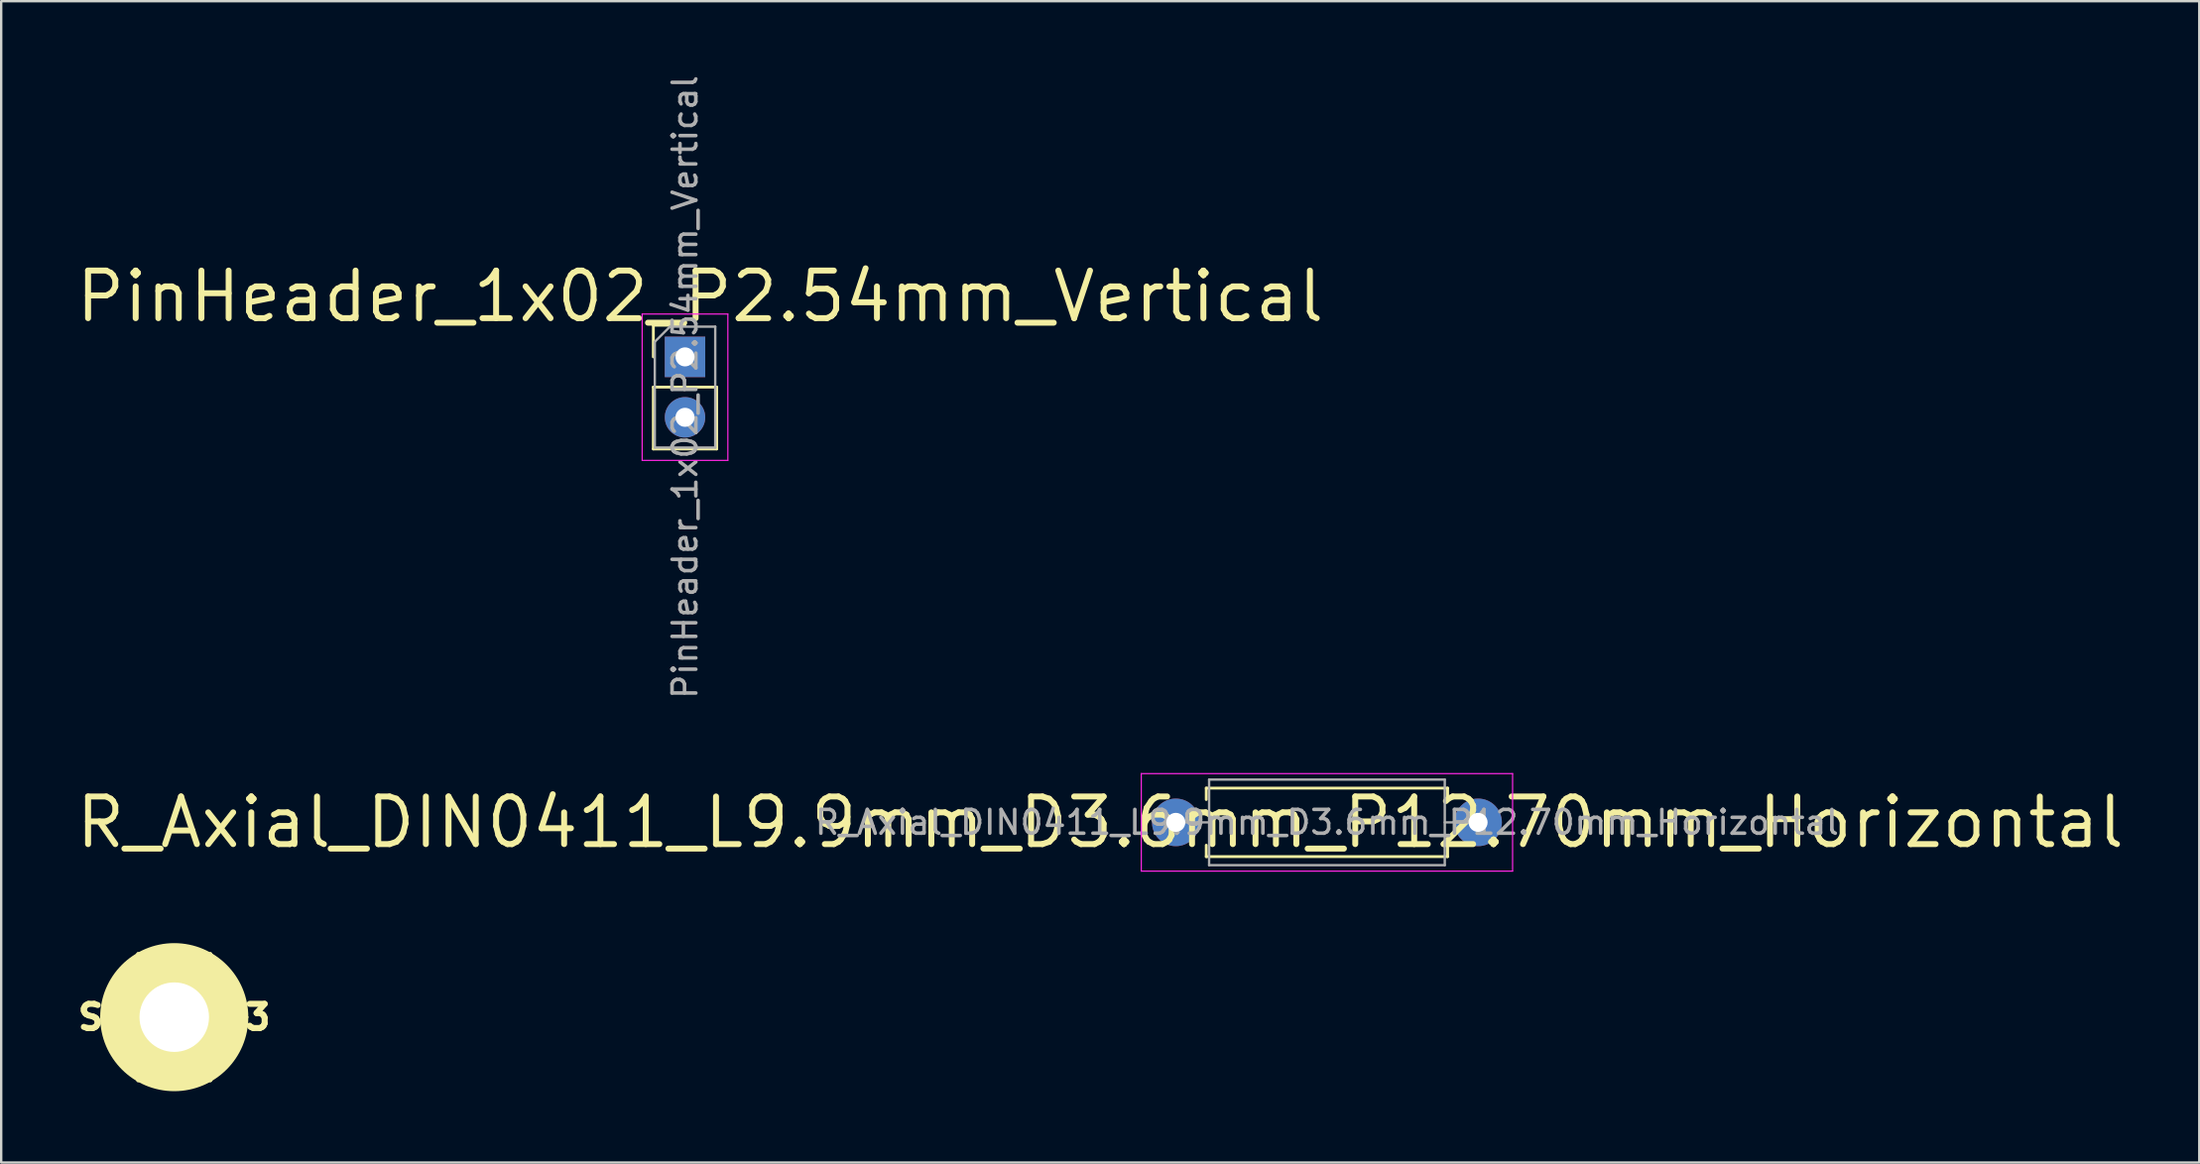
<source format=kicad_pcb>
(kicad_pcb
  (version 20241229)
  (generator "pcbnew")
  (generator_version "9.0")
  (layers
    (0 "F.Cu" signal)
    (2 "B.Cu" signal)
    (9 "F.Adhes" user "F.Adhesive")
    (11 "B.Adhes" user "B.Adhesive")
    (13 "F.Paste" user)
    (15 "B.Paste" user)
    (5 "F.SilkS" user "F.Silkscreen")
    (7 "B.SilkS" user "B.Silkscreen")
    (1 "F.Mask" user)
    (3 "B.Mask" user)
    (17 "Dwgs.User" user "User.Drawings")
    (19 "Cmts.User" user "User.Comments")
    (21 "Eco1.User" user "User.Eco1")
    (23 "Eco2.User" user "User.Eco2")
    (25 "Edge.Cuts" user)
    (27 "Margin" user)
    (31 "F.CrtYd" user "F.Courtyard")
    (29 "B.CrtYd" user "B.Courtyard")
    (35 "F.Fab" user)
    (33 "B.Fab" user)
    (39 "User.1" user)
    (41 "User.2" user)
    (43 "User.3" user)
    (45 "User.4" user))
  (footprint "SCREW_M3"
    (layer "F.Cu")
    (at 4.271 39.702)
    (property "Reference" "SCREW_M3" (at 0 0 0) (layer "F.SilkS") (effects (font (size 1.016 1.016) (thickness 0.254))))
    (attr through_hole)
    (fp_line (start -3.048 0) (end -1.524 2.667) (stroke (width 0.127) (type solid)) (layer "F.SilkS"))
    (fp_line (start -1.524 -2.667) (end -3.048 0) (stroke (width 0.127) (type solid)) (layer "F.SilkS"))
    (fp_line (start -1.524 2.667) (end 1.524 2.667) (stroke (width 0.127) (type solid)) (layer "F.SilkS"))
    (fp_line (start 1.524 -2.667) (end -1.524 -2.667) (stroke (width 0.127) (type solid)) (layer "F.SilkS"))
    (fp_line (start 1.524 2.667) (end 3.048 0) (stroke (width 0.127) (type solid)) (layer "F.SilkS"))
    (fp_line (start 3.048 0) (end 1.524 -2.667) (stroke (width 0.127) (type solid)) (layer "F.SilkS"))
    (fp_circle (center 0 0) (end 1.524 0) (stroke (width 0.127) (type solid)) (fill no) (layer "F.SilkS"))
    (fp_circle (center 0 0) (end 2.159 -1.397) (stroke (width 0.127) (type solid)) (fill no) (layer "F.SilkS"))
    (fp_circle (center 0 0) (end 3.048 0) (stroke (width 0.127) (type solid)) (fill no) (layer "F.SilkS"))
    (pad "" thru_hole circle (at 0 0) (size 6.096 6.096) (drill 2.921) (layers "*.Cu" "F.SilkS")))
  (footprint "PinHeader_1x02_P2.54mm_Vertical"
    (layer "F.Cu")
    (at 25.73 11.95)
    (property "Reference" "PinHeader_1x02_P2.54mm_Vertical" (at 0.635 -2.54 0) (layer "F.SilkS") (effects (font (size 2 2) (thickness 0.25))))
    (attr through_hole)
    (fp_line (start -1.33 -1.33) (end 0 -1.33) (stroke (width 0.12) (type solid)) (layer "F.SilkS"))
    (fp_line (start -1.33 0) (end -1.33 -1.33) (stroke (width 0.12) (type solid)) (layer "F.SilkS"))
    (fp_line (start -1.33 1.27) (end -1.33 3.87) (stroke (width 0.12) (type solid)) (layer "F.SilkS"))
    (fp_line (start -1.33 1.27) (end 1.33 1.27) (stroke (width 0.12) (type solid)) (layer "F.SilkS"))
    (fp_line (start -1.33 3.87) (end 1.33 3.87) (stroke (width 0.12) (type solid)) (layer "F.SilkS"))
    (fp_line (start 1.33 1.27) (end 1.33 3.87) (stroke (width 0.12) (type solid)) (layer "F.SilkS"))
    (fp_line (start -1.8 -1.8) (end -1.8 4.35) (stroke (width 0.05) (type solid)) (layer "F.CrtYd"))
    (fp_line (start -1.8 4.35) (end 1.8 4.35) (stroke (width 0.05) (type solid)) (layer "F.CrtYd"))
    (fp_line (start 1.8 -1.8) (end -1.8 -1.8) (stroke (width 0.05) (type solid)) (layer "F.CrtYd"))
    (fp_line (start 1.8 4.35) (end 1.8 -1.8) (stroke (width 0.05) (type solid)) (layer "F.CrtYd"))
    (fp_line (start -1.27 -0.635) (end -0.635 -1.27) (stroke (width 0.1) (type solid)) (layer "F.Fab"))
    (fp_line (start -1.27 3.81) (end -1.27 -0.635) (stroke (width 0.1) (type solid)) (layer "F.Fab"))
    (fp_line (start -0.635 -1.27) (end 1.27 -1.27) (stroke (width 0.1) (type solid)) (layer "F.Fab"))
    (fp_line (start 1.27 -1.27) (end 1.27 3.81) (stroke (width 0.1) (type solid)) (layer "F.Fab"))
    (fp_line (start 1.27 3.81) (end -1.27 3.81) (stroke (width 0.1) (type solid)) (layer "F.Fab"))
    (fp_text user "${REFERENCE}" (at 0 1.27 90) (layer "F.Fab") (effects (font (size 1 1) (thickness 0.15))))
    (pad "1" thru_hole rect (at 0 0) (size 1.7 1.7) (drill 0.8) (layers "*.Cu" "*.Mask"))
    (pad "2" thru_hole oval (at 0 2.54) (size 1.7 1.7) (drill 0.8) (layers "*.Cu" "*.Mask")))
  (footprint "R_Axial_DIN0411_L9.9mm_D3.6mm_P12.70mm_Horizontal"
    (layer "F.Cu")
    (at 46.35 31.515)
    (property "Reference" "R_Axial_DIN0411_L9.9mm_D3.6mm_P12.70mm_Horizontal" (at -3.175 0 0) (layer "F.SilkS") (effects (font (size 2 2) (thickness 0.25))))
    (attr through_hole)
    (fp_line (start 1.28 -1.44) (end 11.42 -1.44) (stroke (width 0.12) (type solid)) (layer "F.SilkS"))
    (fp_line (start 1.28 -0.96) (end 1.28 -1.44) (stroke (width 0.12) (type solid)) (layer "F.SilkS"))
    (fp_line (start 1.28 0.96) (end 1.28 1.44) (stroke (width 0.12) (type solid)) (layer "F.SilkS"))
    (fp_line (start 1.28 1.44) (end 11.42 1.44) (stroke (width 0.12) (type solid)) (layer "F.SilkS"))
    (fp_line (start 11.42 -1.44) (end 11.42 -0.96) (stroke (width 0.12) (type solid)) (layer "F.SilkS"))
    (fp_line (start 11.42 1.44) (end 11.42 0.96) (stroke (width 0.12) (type solid)) (layer "F.SilkS"))
    (fp_line (start -1.45 -2.05) (end -1.45 2.05) (stroke (width 0.05) (type solid)) (layer "F.CrtYd"))
    (fp_line (start -1.45 2.05) (end 14.15 2.05) (stroke (width 0.05) (type solid)) (layer "F.CrtYd"))
    (fp_line (start 14.15 -2.05) (end -1.45 -2.05) (stroke (width 0.05) (type solid)) (layer "F.CrtYd"))
    (fp_line (start 14.15 2.05) (end 14.15 -2.05) (stroke (width 0.05) (type solid)) (layer "F.CrtYd"))
    (fp_line (start 0 0) (end 1.4 0) (stroke (width 0.1) (type solid)) (layer "F.Fab"))
    (fp_line (start 1.4 -1.8) (end 1.4 1.8) (stroke (width 0.1) (type solid)) (layer "F.Fab"))
    (fp_line (start 1.4 1.8) (end 11.3 1.8) (stroke (width 0.1) (type solid)) (layer "F.Fab"))
    (fp_line (start 11.3 -1.8) (end 1.4 -1.8) (stroke (width 0.1) (type solid)) (layer "F.Fab"))
    (fp_line (start 11.3 1.8) (end 11.3 -1.8) (stroke (width 0.1) (type solid)) (layer "F.Fab"))
    (fp_line (start 12.7 0) (end 11.3 0) (stroke (width 0.1) (type solid)) (layer "F.Fab"))
    (fp_text user "${REFERENCE}" (at 6.35 0 0) (layer "F.Fab") (effects (font (size 1 1) (thickness 0.15))))
    (pad "1" thru_hole circle (at 0 0) (size 2 2) (drill 0.8) (layers "*.Cu" "*.Mask"))
    (pad "2" thru_hole circle (at 12.7 0) (size 2 2) (drill 0.8) (layers "*.Cu" "*.Mask")))
  (gr_rect
    (start -3 -3)
    (end 89.35 45.813)
    (stroke (width 0.1) (type default))
    (fill no)
    (layer "Edge.Cuts")))
</source>
